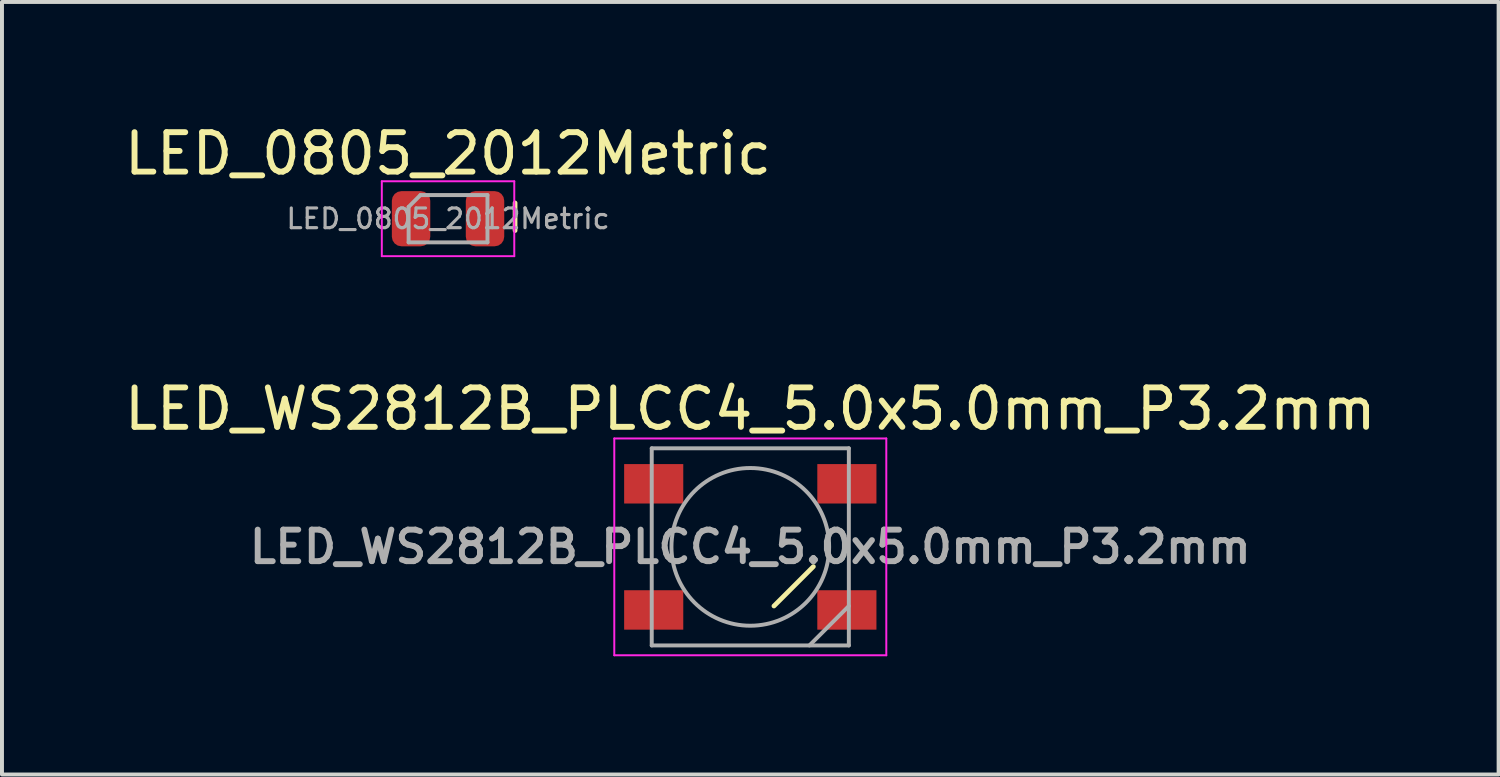
<source format=kicad_pcb>
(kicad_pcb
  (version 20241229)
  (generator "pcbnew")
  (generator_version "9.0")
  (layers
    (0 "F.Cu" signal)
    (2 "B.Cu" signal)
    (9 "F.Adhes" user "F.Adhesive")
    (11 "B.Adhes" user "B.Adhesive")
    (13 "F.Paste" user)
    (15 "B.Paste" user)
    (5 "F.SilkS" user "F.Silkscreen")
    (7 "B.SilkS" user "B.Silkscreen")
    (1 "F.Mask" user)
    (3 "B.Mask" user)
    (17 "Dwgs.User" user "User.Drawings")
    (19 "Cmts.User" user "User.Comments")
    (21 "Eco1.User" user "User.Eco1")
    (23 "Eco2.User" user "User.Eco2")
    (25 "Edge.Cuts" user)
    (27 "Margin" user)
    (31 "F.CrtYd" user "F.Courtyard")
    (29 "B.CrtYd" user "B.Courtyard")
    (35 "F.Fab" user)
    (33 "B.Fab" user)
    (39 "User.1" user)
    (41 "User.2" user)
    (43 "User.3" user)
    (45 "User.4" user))
  (footprint "LED_WS2812B_PLCC4_5.0x5.0mm_P3.2mm"
    (layer "F.Cu")
    (at 15.982 10.822)
    (property "Reference" "LED_WS2812B_PLCC4_5.0x5.0mm_P3.2mm" (at 0 -3.5 0) (layer "F.SilkS") (effects (font (size 1 1) (thickness 0.15))))
    (attr smd)
    (fp_line (start 0.6 1.5) (end 1.6 0.5) (stroke (width 0.12) (type solid)) (layer "F.SilkS"))
    (fp_line (start -3.45 -2.75) (end -3.45 2.75) (stroke (width 0.05) (type solid)) (layer "F.CrtYd"))
    (fp_line (start -3.45 2.75) (end 3.45 2.75) (stroke (width 0.05) (type solid)) (layer "F.CrtYd"))
    (fp_line (start 3.45 -2.75) (end -3.45 -2.75) (stroke (width 0.05) (type solid)) (layer "F.CrtYd"))
    (fp_line (start 3.45 2.75) (end 3.45 -2.75) (stroke (width 0.05) (type solid)) (layer "F.CrtYd"))
    (fp_line (start -2.5 -2.5) (end -2.5 2.5) (stroke (width 0.1) (type solid)) (layer "F.Fab"))
    (fp_line (start -2.5 2.5) (end 2.5 2.5) (stroke (width 0.1) (type solid)) (layer "F.Fab"))
    (fp_line (start 2.5 -2.5) (end -2.5 -2.5) (stroke (width 0.1) (type solid)) (layer "F.Fab"))
    (fp_line (start 2.5 1.5) (end 1.5 2.5) (stroke (width 0.1) (type solid)) (layer "F.Fab"))
    (fp_line (start 2.5 2.5) (end 2.5 -2.5) (stroke (width 0.1) (type solid)) (layer "F.Fab"))
    (fp_circle (center 0 0) (end 0 -2) (stroke (width 0.1) (type solid)) (fill no) (layer "F.Fab"))
    (fp_text user "${REFERENCE}" (at 0 0 0) (layer "F.Fab") (effects (font (size 0.8 0.8) (thickness 0.15))))
    (pad "1" smd rect (at -2.45 -1.6) (size 1.5 1) (layers "F.Cu" "F.Mask" "F.Paste"))
    (pad "2" smd rect (at -2.45 1.6) (size 1.5 1) (layers "F.Cu" "F.Mask" "F.Paste"))
    (pad "3" smd rect (at 2.45 1.6) (size 1.5 1) (layers "F.Cu" "F.Mask" "F.Paste"))
    (pad "4" smd rect (at 2.45 -1.6) (size 1.5 1) (layers "F.Cu" "F.Mask" "F.Paste")))
  (footprint "LED_0805_2012Metric"
    (layer "F.Cu")
    (at 8.315 2.498)
    (property "Reference" "LED_0805_2012Metric" (at 0 -1.65 0) (layer "F.SilkS") (effects (font (size 1 1) (thickness 0.15))))
    (attr smd)
    (fp_line (start 1.7 -0.4) (end 1.7 0.3) (stroke (width 0.12) (type solid)) (layer "F.SilkS"))
    (fp_line (start -1.68 -0.95) (end 1.68 -0.95) (stroke (width 0.05) (type solid)) (layer "F.CrtYd"))
    (fp_line (start -1.68 0.95) (end -1.68 -0.95) (stroke (width 0.05) (type solid)) (layer "F.CrtYd"))
    (fp_line (start 1.68 -0.95) (end 1.68 0.95) (stroke (width 0.05) (type solid)) (layer "F.CrtYd"))
    (fp_line (start 1.68 0.95) (end -1.68 0.95) (stroke (width 0.05) (type solid)) (layer "F.CrtYd"))
    (fp_line (start -1 -0.3) (end -1 0.6) (stroke (width 0.1) (type solid)) (layer "F.Fab"))
    (fp_line (start -1 0.6) (end 1 0.6) (stroke (width 0.1) (type solid)) (layer "F.Fab"))
    (fp_line (start -0.7 -0.6) (end -1 -0.3) (stroke (width 0.1) (type solid)) (layer "F.Fab"))
    (fp_line (start 1 -0.6) (end -0.7 -0.6) (stroke (width 0.1) (type solid)) (layer "F.Fab"))
    (fp_line (start 1 0.6) (end 1 -0.6) (stroke (width 0.1) (type solid)) (layer "F.Fab"))
    (fp_text user "${REFERENCE}" (at 0 0 0) (layer "F.Fab") (effects (font (size 0.5 0.5) (thickness 0.08))))
    (pad "1" smd roundrect (at -0.938 0) (size 0.975 1.4) (layers "F.Cu" "F.Mask" "F.Paste") (roundrect_rratio 0.25))
    (pad "2" smd roundrect (at 0.938 0) (size 0.975 1.4) (layers "F.Cu" "F.Mask" "F.Paste") (roundrect_rratio 0.25)))
  (gr_rect
    (start -3 -3)
    (end 34.964 16.596)
    (stroke (width 0.1) (type default))
    (fill no)
    (layer "Edge.Cuts")))
</source>
